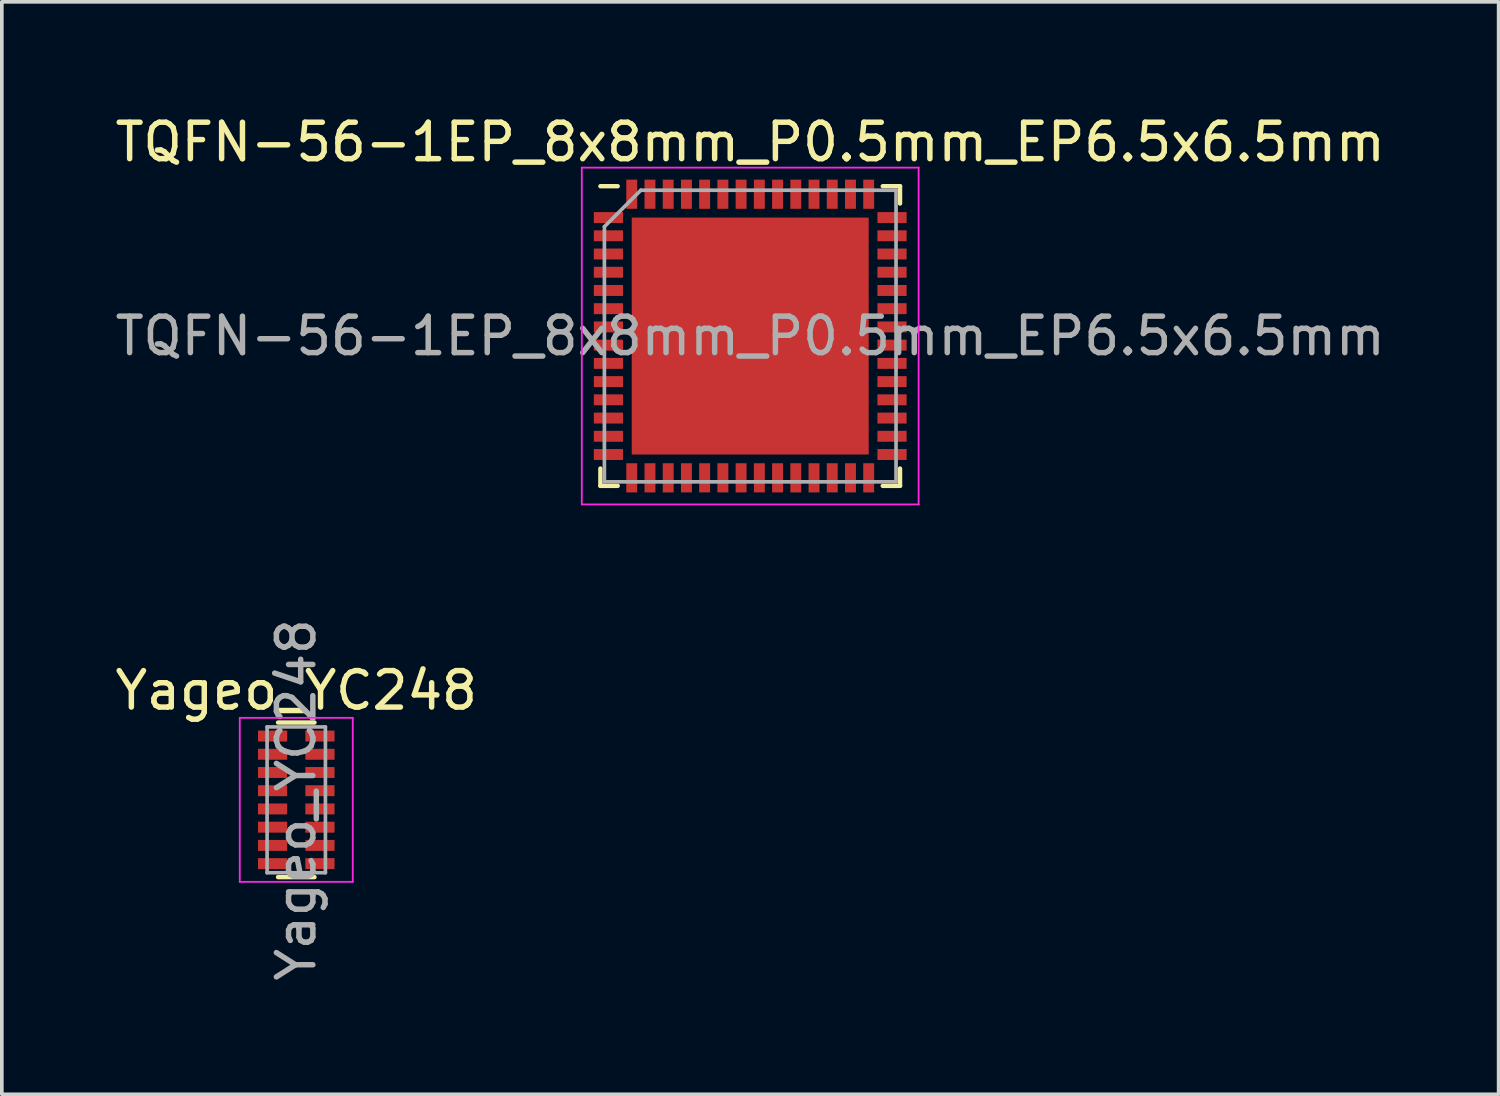
<source format=kicad_pcb>
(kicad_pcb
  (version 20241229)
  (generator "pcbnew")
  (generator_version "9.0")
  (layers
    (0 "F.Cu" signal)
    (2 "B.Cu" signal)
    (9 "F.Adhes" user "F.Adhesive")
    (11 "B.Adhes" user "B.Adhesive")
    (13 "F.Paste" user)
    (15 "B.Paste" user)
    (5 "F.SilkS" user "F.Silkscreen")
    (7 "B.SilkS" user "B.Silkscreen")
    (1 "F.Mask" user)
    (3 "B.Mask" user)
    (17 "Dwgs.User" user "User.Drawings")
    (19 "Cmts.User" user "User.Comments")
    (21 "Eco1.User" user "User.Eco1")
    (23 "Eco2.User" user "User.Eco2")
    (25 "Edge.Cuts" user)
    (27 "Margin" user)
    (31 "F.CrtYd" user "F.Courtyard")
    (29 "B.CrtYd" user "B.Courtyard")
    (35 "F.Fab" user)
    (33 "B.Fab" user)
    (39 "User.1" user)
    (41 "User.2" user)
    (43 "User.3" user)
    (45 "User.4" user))
  (footprint "TQFN-56-1EP_8x8mm_P0.5mm_EP6.5x6.5mm"
    (layer "F.Cu")
    (at 17.53 6.168)
    (property "Reference" "TQFN-56-1EP_8x8mm_P0.5mm_EP6.5x6.5mm" (at 0 -5.32 0) (layer "F.SilkS") (effects (font (size 1 1) (thickness 0.15))))
    (attr smd)
    (fp_line (start -4.11 4.11) (end -4.11 3.635) (stroke (width 0.12) (type solid)) (layer "F.SilkS"))
    (fp_line (start -3.635 -4.11) (end -4.11 -4.11) (stroke (width 0.12) (type solid)) (layer "F.SilkS"))
    (fp_line (start -3.635 4.11) (end -4.11 4.11) (stroke (width 0.12) (type solid)) (layer "F.SilkS"))
    (fp_line (start 3.635 -4.11) (end 4.11 -4.11) (stroke (width 0.12) (type solid)) (layer "F.SilkS"))
    (fp_line (start 3.635 4.11) (end 4.11 4.11) (stroke (width 0.12) (type solid)) (layer "F.SilkS"))
    (fp_line (start 4.11 -4.11) (end 4.11 -3.635) (stroke (width 0.12) (type solid)) (layer "F.SilkS"))
    (fp_line (start 4.11 4.11) (end 4.11 3.635) (stroke (width 0.12) (type solid)) (layer "F.SilkS"))
    (fp_line (start -4.62 -4.62) (end -4.62 4.62) (stroke (width 0.05) (type solid)) (layer "F.CrtYd"))
    (fp_line (start -4.62 4.62) (end 4.62 4.62) (stroke (width 0.05) (type solid)) (layer "F.CrtYd"))
    (fp_line (start 4.62 -4.62) (end -4.62 -4.62) (stroke (width 0.05) (type solid)) (layer "F.CrtYd"))
    (fp_line (start 4.62 4.62) (end 4.62 -4.62) (stroke (width 0.05) (type solid)) (layer "F.CrtYd"))
    (fp_line (start -4 -3) (end -3 -4) (stroke (width 0.1) (type solid)) (layer "F.Fab"))
    (fp_line (start -4 4) (end -4 -3) (stroke (width 0.1) (type solid)) (layer "F.Fab"))
    (fp_line (start -3 -4) (end 4 -4) (stroke (width 0.1) (type solid)) (layer "F.Fab"))
    (fp_line (start 4 -4) (end 4 4) (stroke (width 0.1) (type solid)) (layer "F.Fab"))
    (fp_line (start 4 4) (end -4 4) (stroke (width 0.1) (type solid)) (layer "F.Fab"))
    (fp_text user "${REFERENCE}" (at 0 0 0) (layer "F.Fab") (effects (font (size 1 1) (thickness 0.15))))
    (pad "" smd roundrect (at -1.913 -1.913) (size 1.084 1.084) (layers "F.Paste") (roundrect_rratio 0.231))
    (pad "" smd roundrect (at -1.913 -0.637) (size 1.084 1.084) (layers "F.Paste") (roundrect_rratio 0.231))
    (pad "" smd roundrect (at -1.913 0.637) (size 1.084 1.084) (layers "F.Paste") (roundrect_rratio 0.231))
    (pad "" smd roundrect (at -1.913 1.913) (size 1.084 1.084) (layers "F.Paste") (roundrect_rratio 0.231))
    (pad "" smd roundrect (at -0.637 -1.913) (size 1.084 1.084) (layers "F.Paste") (roundrect_rratio 0.231))
    (pad "" smd roundrect (at -0.637 -0.637) (size 1.084 1.084) (layers "F.Paste") (roundrect_rratio 0.231))
    (pad "" smd roundrect (at -0.637 0.637) (size 1.084 1.084) (layers "F.Paste") (roundrect_rratio 0.231))
    (pad "" smd roundrect (at -0.637 1.913) (size 1.084 1.084) (layers "F.Paste") (roundrect_rratio 0.231))
    (pad "" smd roundrect (at 0.637 -1.913) (size 1.084 1.084) (layers "F.Paste") (roundrect_rratio 0.231))
    (pad "" smd roundrect (at 0.637 -0.637) (size 1.084 1.084) (layers "F.Paste") (roundrect_rratio 0.231))
    (pad "" smd roundrect (at 0.637 0.637) (size 1.084 1.084) (layers "F.Paste") (roundrect_rratio 0.231))
    (pad "" smd roundrect (at 0.637 1.913) (size 1.084 1.084) (layers "F.Paste") (roundrect_rratio 0.231))
    (pad "" smd roundrect (at 1.913 -1.913) (size 1.084 1.084) (layers "F.Paste") (roundrect_rratio 0.231))
    (pad "" smd roundrect (at 1.913 -0.637) (size 1.084 1.084) (layers "F.Paste") (roundrect_rratio 0.231))
    (pad "" smd roundrect (at 1.913 0.637) (size 1.084 1.084) (layers "F.Paste") (roundrect_rratio 0.231))
    (pad "" smd roundrect (at 1.913 1.913) (size 1.084 1.084) (layers "F.Paste") (roundrect_rratio 0.231))
    (pad "1" smd rect (at -3.89 -3.25) (size 0.8 0.3) (layers "F.Cu" "F.Mask"))
    (pad "2" smd rect (at -3.89 -2.75) (size 0.8 0.3) (layers "F.Cu" "F.Mask"))
    (pad "3" smd rect (at -3.89 -2.25) (size 0.8 0.3) (layers "F.Cu" "F.Mask"))
    (pad "4" smd rect (at -3.89 -1.75) (size 0.8 0.3) (layers "F.Cu" "F.Mask"))
    (pad "5" smd rect (at -3.89 -1.25) (size 0.8 0.3) (layers "F.Cu" "F.Mask"))
    (pad "6" smd rect (at -3.89 -0.75) (size 0.8 0.3) (layers "F.Cu" "F.Mask"))
    (pad "7" smd rect (at -3.89 -0.25) (size 0.8 0.3) (layers "F.Cu" "F.Mask"))
    (pad "8" smd rect (at -3.89 0.25) (size 0.8 0.3) (layers "F.Cu" "F.Mask"))
    (pad "9" smd rect (at -3.89 0.75) (size 0.8 0.3) (layers "F.Cu" "F.Mask"))
    (pad "10" smd rect (at -3.89 1.25) (size 0.8 0.3) (layers "F.Cu" "F.Mask"))
    (pad "11" smd rect (at -3.89 1.75) (size 0.8 0.3) (layers "F.Cu" "F.Mask"))
    (pad "12" smd rect (at -3.89 2.25) (size 0.8 0.3) (layers "F.Cu" "F.Mask"))
    (pad "13" smd rect (at -3.89 2.75) (size 0.8 0.3) (layers "F.Cu" "F.Mask"))
    (pad "14" smd rect (at -3.89 3.25) (size 0.8 0.3) (layers "F.Cu" "F.Mask"))
    (pad "15" smd rect (at -3.25 3.89 90) (size 0.8 0.3) (layers "F.Cu" "F.Mask"))
    (pad "16" smd rect (at -2.75 3.89 90) (size 0.8 0.3) (layers "F.Cu" "F.Mask"))
    (pad "17" smd rect (at -2.25 3.89 90) (size 0.8 0.3) (layers "F.Cu" "F.Mask"))
    (pad "18" smd rect (at -1.75 3.89 90) (size 0.8 0.3) (layers "F.Cu" "F.Mask"))
    (pad "19" smd rect (at -1.25 3.89 90) (size 0.8 0.3) (layers "F.Cu" "F.Mask"))
    (pad "20" smd rect (at -0.75 3.89 90) (size 0.8 0.3) (layers "F.Cu" "F.Mask"))
    (pad "21" smd rect (at -0.25 3.89 90) (size 0.8 0.3) (layers "F.Cu" "F.Mask"))
    (pad "22" smd rect (at 0.25 3.89 90) (size 0.8 0.3) (layers "F.Cu" "F.Mask"))
    (pad "23" smd rect (at 0.75 3.89 90) (size 0.8 0.3) (layers "F.Cu" "F.Mask"))
    (pad "24" smd rect (at 1.25 3.89 90) (size 0.8 0.3) (layers "F.Cu" "F.Mask"))
    (pad "25" smd rect (at 1.75 3.89 90) (size 0.8 0.3) (layers "F.Cu" "F.Mask"))
    (pad "26" smd rect (at 2.25 3.89 90) (size 0.8 0.3) (layers "F.Cu" "F.Mask"))
    (pad "27" smd rect (at 2.75 3.89 90) (size 0.8 0.3) (layers "F.Cu" "F.Mask"))
    (pad "28" smd rect (at 3.25 3.89 90) (size 0.8 0.3) (layers "F.Cu" "F.Mask"))
    (pad "29" smd rect (at 3.89 3.25) (size 0.8 0.3) (layers "F.Cu" "F.Mask"))
    (pad "30" smd rect (at 3.89 2.75) (size 0.8 0.3) (layers "F.Cu" "F.Mask"))
    (pad "31" smd rect (at 3.89 2.25) (size 0.8 0.3) (layers "F.Cu" "F.Mask"))
    (pad "32" smd rect (at 3.89 1.75) (size 0.8 0.3) (layers "F.Cu" "F.Mask"))
    (pad "33" smd rect (at 3.89 1.25) (size 0.8 0.3) (layers "F.Cu" "F.Mask"))
    (pad "34" smd rect (at 3.89 0.75) (size 0.8 0.3) (layers "F.Cu" "F.Mask"))
    (pad "35" smd rect (at 3.89 0.25) (size 0.8 0.3) (layers "F.Cu" "F.Mask"))
    (pad "36" smd rect (at 3.89 -0.25) (size 0.8 0.3) (layers "F.Cu" "F.Mask"))
    (pad "37" smd rect (at 3.89 -0.75) (size 0.8 0.3) (layers "F.Cu" "F.Mask"))
    (pad "38" smd rect (at 3.89 -1.25) (size 0.8 0.3) (layers "F.Cu" "F.Mask"))
    (pad "39" smd rect (at 3.89 -1.75) (size 0.8 0.3) (layers "F.Cu" "F.Mask"))
    (pad "40" smd rect (at 3.89 -2.25) (size 0.8 0.3) (layers "F.Cu" "F.Mask"))
    (pad "41" smd rect (at 3.89 -2.75) (size 0.8 0.3) (layers "F.Cu" "F.Mask"))
    (pad "42" smd rect (at 3.89 -3.25) (size 0.8 0.3) (layers "F.Cu" "F.Mask"))
    (pad "43" smd rect (at 3.25 -3.89 90) (size 0.8 0.3) (layers "F.Cu" "F.Mask"))
    (pad "44" smd rect (at 2.75 -3.89 90) (size 0.8 0.3) (layers "F.Cu" "F.Mask"))
    (pad "45" smd rect (at 2.25 -3.89 90) (size 0.8 0.3) (layers "F.Cu" "F.Mask"))
    (pad "46" smd rect (at 1.75 -3.89 90) (size 0.8 0.3) (layers "F.Cu" "F.Mask"))
    (pad "47" smd rect (at 1.25 -3.89 90) (size 0.8 0.3) (layers "F.Cu" "F.Mask"))
    (pad "48" smd rect (at 0.75 -3.89 90) (size 0.8 0.3) (layers "F.Cu" "F.Mask"))
    (pad "49" smd rect (at 0.25 -3.89 90) (size 0.8 0.3) (layers "F.Cu" "F.Mask"))
    (pad "50" smd rect (at -0.25 -3.89 90) (size 0.8 0.3) (layers "F.Cu" "F.Mask"))
    (pad "51" smd rect (at -0.75 -3.89 90) (size 0.8 0.3) (layers "F.Cu" "F.Mask"))
    (pad "52" smd rect (at -1.25 -3.89 90) (size 0.8 0.3) (layers "F.Cu" "F.Mask"))
    (pad "53" smd rect (at -1.75 -3.89 90) (size 0.8 0.3) (layers "F.Cu" "F.Mask"))
    (pad "54" smd rect (at -2.25 -3.89 90) (size 0.8 0.3) (layers "F.Cu" "F.Mask"))
    (pad "55" smd rect (at -2.75 -3.89 90) (size 0.8 0.3) (layers "F.Cu" "F.Mask"))
    (pad "56" smd rect (at -3.25 -3.89 90) (size 0.8 0.3) (layers "F.Cu" "F.Mask"))
    (pad "57" smd rect (at 0 0) (size 6.5 6.5) (layers "F.Cu" "F.Mask")))
  (footprint "Yageo_YC248"
    (layer "F.Cu")
    (at 5.077 18.891)
    (property "Reference" "Yageo_YC248" (at 0 -3 0) (layer "F.SilkS") (effects (font (size 1 1) (thickness 0.15))))
    (attr smd)
    (fp_line (start 0.5 -2.12) (end -0.5 -2.12) (stroke (width 0.12) (type solid)) (layer "F.SilkS"))
    (fp_line (start 0.5 2.12) (end -0.5 2.12) (stroke (width 0.12) (type solid)) (layer "F.SilkS"))
    (fp_line (start -1.55 -2.25) (end -1.55 2.25) (stroke (width 0.05) (type solid)) (layer "F.CrtYd"))
    (fp_line (start -1.55 -2.25) (end 1.55 -2.25) (stroke (width 0.05) (type solid)) (layer "F.CrtYd"))
    (fp_line (start 1.55 2.25) (end -1.55 2.25) (stroke (width 0.05) (type solid)) (layer "F.CrtYd"))
    (fp_line (start 1.55 2.25) (end 1.55 -2.25) (stroke (width 0.05) (type solid)) (layer "F.CrtYd"))
    (fp_line (start -0.8 -2) (end -0.8 2) (stroke (width 0.1) (type solid)) (layer "F.Fab"))
    (fp_line (start -0.8 2) (end 0.8 2) (stroke (width 0.1) (type solid)) (layer "F.Fab"))
    (fp_line (start 0.8 -2) (end -0.8 -2) (stroke (width 0.1) (type solid)) (layer "F.Fab"))
    (fp_line (start 0.8 2) (end 0.8 -2) (stroke (width 0.1) (type solid)) (layer "F.Fab"))
    (fp_text user "${REFERENCE}" (at 0 0 90) (layer "F.Fab") (effects (font (size 1 1) (thickness 0.15))))
    (pad "1" smd rect (at -0.65 -1.75) (size 0.8 0.3) (layers "F.Cu" "F.Mask" "F.Paste"))
    (pad "2" smd rect (at -0.65 -1.25) (size 0.8 0.3) (layers "F.Cu" "F.Mask" "F.Paste"))
    (pad "3" smd rect (at -0.65 -0.75) (size 0.8 0.3) (layers "F.Cu" "F.Mask" "F.Paste"))
    (pad "4" smd rect (at -0.65 -0.25) (size 0.8 0.3) (layers "F.Cu" "F.Mask" "F.Paste"))
    (pad "5" smd rect (at -0.65 0.25) (size 0.8 0.3) (layers "F.Cu" "F.Mask" "F.Paste"))
    (pad "6" smd rect (at -0.65 0.75) (size 0.8 0.3) (layers "F.Cu" "F.Mask" "F.Paste"))
    (pad "7" smd rect (at -0.65 1.25) (size 0.8 0.3) (layers "F.Cu" "F.Mask" "F.Paste"))
    (pad "8" smd rect (at -0.65 1.75) (size 0.8 0.3) (layers "F.Cu" "F.Mask" "F.Paste"))
    (pad "9" smd rect (at 0.65 1.75) (size 0.8 0.3) (layers "F.Cu" "F.Mask" "F.Paste"))
    (pad "10" smd rect (at 0.65 1.25) (size 0.8 0.3) (layers "F.Cu" "F.Mask" "F.Paste"))
    (pad "11" smd rect (at 0.65 0.75) (size 0.8 0.3) (layers "F.Cu" "F.Mask" "F.Paste"))
    (pad "12" smd rect (at 0.65 0.25) (size 0.8 0.3) (layers "F.Cu" "F.Mask" "F.Paste"))
    (pad "13" smd rect (at 0.65 -0.25) (size 0.8 0.3) (layers "F.Cu" "F.Mask" "F.Paste"))
    (pad "14" smd rect (at 0.65 -0.75) (size 0.8 0.3) (layers "F.Cu" "F.Mask" "F.Paste"))
    (pad "15" smd rect (at 0.65 -1.25) (size 0.8 0.3) (layers "F.Cu" "F.Mask" "F.Paste"))
    (pad "16" smd rect (at 0.65 -1.75) (size 0.8 0.3) (layers "F.Cu" "F.Mask" "F.Paste")))
  (gr_rect
    (start -3 -3)
    (end 38.06 26.968)
    (stroke (width 0.1) (type default))
    (fill no)
    (layer "Edge.Cuts")))
</source>
